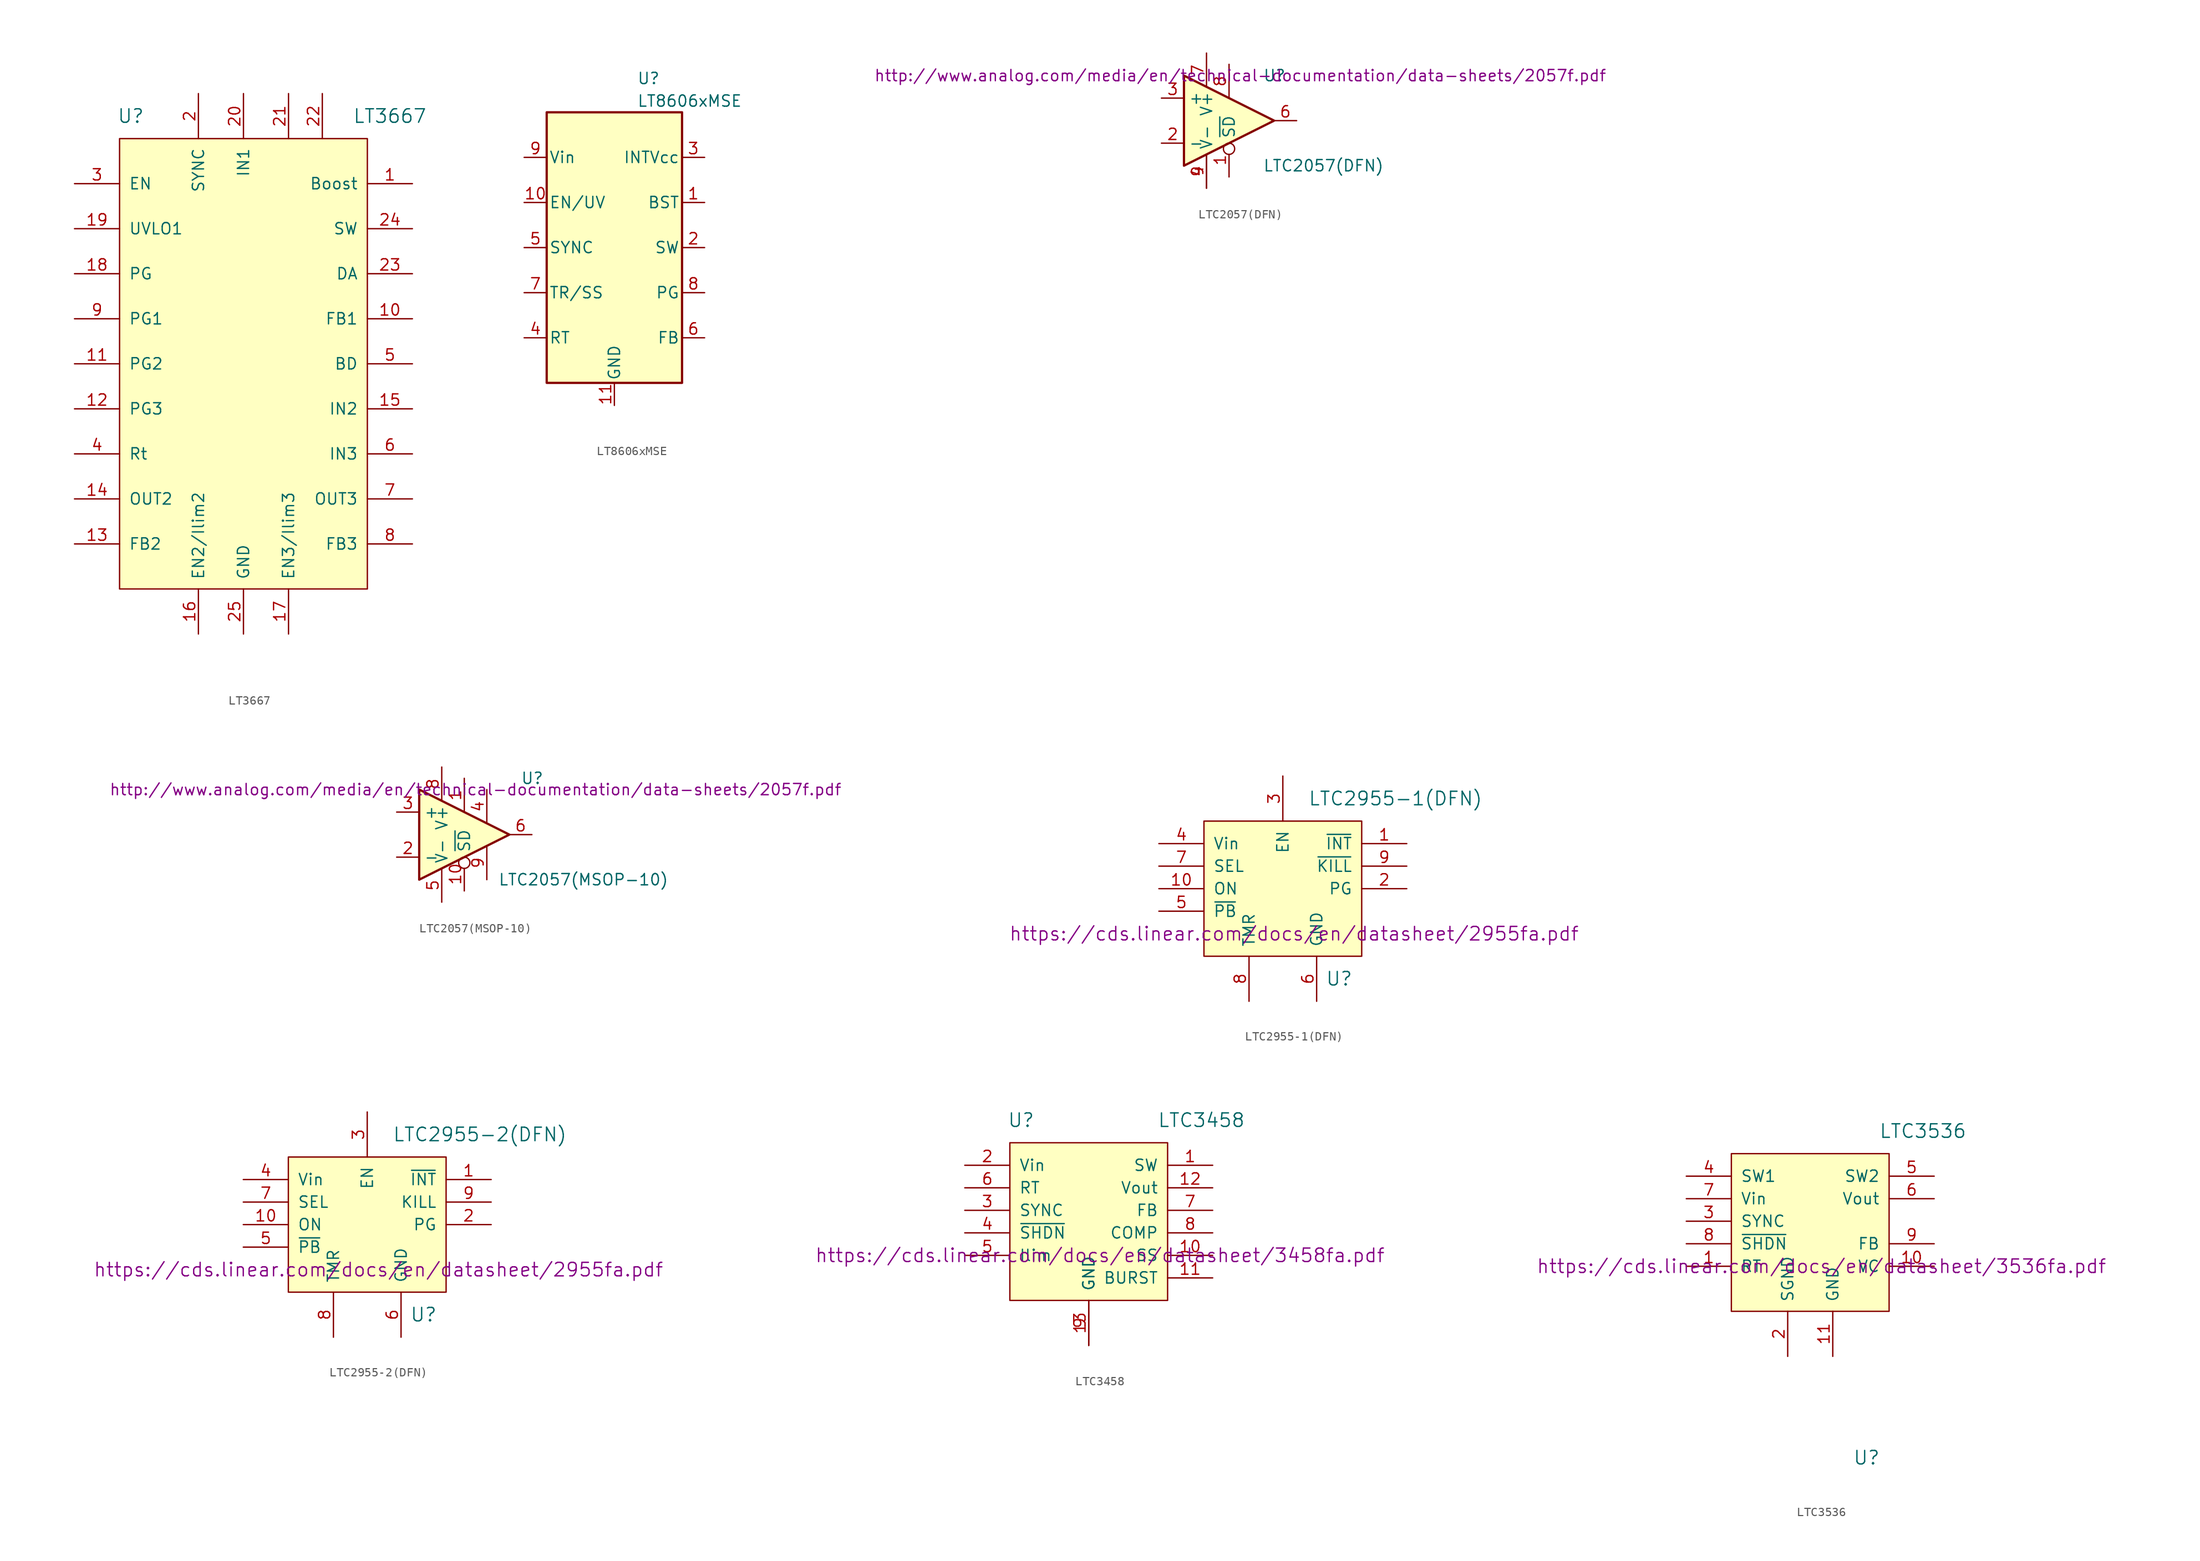
<source format=kicad_sym>
(kicad_symbol_lib
  (version 20231120)
  (generator "kicad_symbol_editor")
  (generator_version "8.0")
  (symbol "LT3667"
    (pin_names
      (offset 1.016))
    (property "Reference" "U"
      (at -12.7 27.94 0)
      (effects (font (size 1.524 1.524))))
    (property "Value" "LT3667"
      (at 16.51 27.94 0)
      (effects (font (size 1.524 1.524))))
    (symbol "LT3667_0_1"
      (rectangle (start -13.97 25.4) (end 13.97 -25.4) (stroke (width 0) (type solid)) (fill (type background))))
    (symbol "LT3667_1_1"
      (pin passive line (at 19.05 20.32 180) (length 5.08) (name "Boost" (effects (font (size 1.27 1.27)))) (number "1" (effects (font (size 1.27 1.27)))))
      (pin input line (at 19.05 5.08 180) (length 5.08) (name "FB1" (effects (font (size 1.27 1.27)))) (number "10" (effects (font (size 1.27 1.27)))))
      (pin output line (at -19.05 0 0) (length 5.08) (name "PG2" (effects (font (size 1.27 1.27)))) (number "11" (effects (font (size 1.27 1.27)))))
      (pin output line (at -19.05 -5.08 0) (length 5.08) (name "PG3" (effects (font (size 1.27 1.27)))) (number "12" (effects (font (size 1.27 1.27)))))
      (pin input line (at -19.05 -20.32 0) (length 5.08) (name "FB2" (effects (font (size 1.27 1.27)))) (number "13" (effects (font (size 1.27 1.27)))))
      (pin power_out line (at -19.05 -15.24 0) (length 5.08) (name "OUT2" (effects (font (size 1.27 1.27)))) (number "14" (effects (font (size 1.27 1.27)))))
      (pin power_in line (at 19.05 -5.08 180) (length 5.08) (name "IN2" (effects (font (size 1.27 1.27)))) (number "15" (effects (font (size 1.27 1.27)))))
      (pin input line (at -5.08 -30.48 90) (length 5.08) (name "EN2/Ilim2" (effects (font (size 1.27 1.27)))) (number "16" (effects (font (size 1.27 1.27)))))
      (pin power_in line (at 5.08 -30.48 90) (length 5.08) (name "EN3/Ilim3" (effects (font (size 1.27 1.27)))) (number "17" (effects (font (size 1.27 1.27)))))
      (pin output line (at -19.05 10.16 0) (length 5.08) (name "PG" (effects (font (size 1.27 1.27)))) (number "18" (effects (font (size 1.27 1.27)))))
      (pin input line (at -19.05 15.24 0) (length 5.08) (name "UVLO1" (effects (font (size 1.27 1.27)))) (number "19" (effects (font (size 1.27 1.27)))))
      (pin input line (at -5.08 30.48 270) (length 5.08) (name "SYNC" (effects (font (size 1.27 1.27)))) (number "2" (effects (font (size 1.27 1.27)))))
      (pin power_in line (at 0 30.48 270) (length 5.08) (name "IN1" (effects (font (size 1.27 1.27)))) (number "20" (effects (font (size 1.27 1.27)))))
      (pin passive line (at 5.08 30.48 270) (length 5.08) (name "~" (effects (font (size 1.27 1.27)))) (number "21" (effects (font (size 1.27 1.27)))))
      (pin passive line (at 8.89 30.48 270) (length 5.08) (name "~" (effects (font (size 1.27 1.27)))) (number "22" (effects (font (size 1.27 1.27)))))
      (pin passive line (at 19.05 10.16 180) (length 5.08) (name "DA" (effects (font (size 1.27 1.27)))) (number "23" (effects (font (size 1.27 1.27)))))
      (pin power_out line (at 19.05 15.24 180) (length 5.08) (name "SW" (effects (font (size 1.27 1.27)))) (number "24" (effects (font (size 1.27 1.27)))))
      (pin power_in line (at 0 -30.48 90) (length 5.08) (name "GND" (effects (font (size 1.27 1.27)))) (number "25" (effects (font (size 1.27 1.27)))))
      (pin input line (at -19.05 20.32 0) (length 5.08) (name "EN" (effects (font (size 1.27 1.27)))) (number "3" (effects (font (size 1.27 1.27)))))
      (pin input line (at -19.05 -10.16 0) (length 5.08) (name "Rt" (effects (font (size 1.27 1.27)))) (number "4" (effects (font (size 1.27 1.27)))))
      (pin passive line (at 19.05 0 180) (length 5.08) (name "BD" (effects (font (size 1.27 1.27)))) (number "5" (effects (font (size 1.27 1.27)))))
      (pin power_in line (at 19.05 -10.16 180) (length 5.08) (name "IN3" (effects (font (size 1.27 1.27)))) (number "6" (effects (font (size 1.27 1.27)))))
      (pin power_out line (at 19.05 -15.24 180) (length 5.08) (name "OUT3" (effects (font (size 1.27 1.27)))) (number "7" (effects (font (size 1.27 1.27)))))
      (pin input line (at 19.05 -20.32 180) (length 5.08) (name "FB3" (effects (font (size 1.27 1.27)))) (number "8" (effects (font (size 1.27 1.27)))))
      (pin output line (at -19.05 5.08 0) (length 5.08) (name "PG1" (effects (font (size 1.27 1.27)))) (number "9" (effects (font (size 1.27 1.27)))))))
  (symbol "LT8606xMSE"
    (pin_names
      (offset 0.254))
    (property "Reference" "U"
      (at 2.54 19.05 0)
      (effects (font (size 1.27 1.27)) (justify left)))
    (property "Value" "LT8606xMSE"
      (at 2.54 16.51 0)
      (effects (font (size 1.27 1.27)) (justify left)))
    (symbol "LT8606xMSE_0_1"
      (rectangle (start -7.62 15.24) (end 7.62 -15.24) (stroke (width 0.254) (type solid)) (fill (type background))))
    (symbol "LT8606xMSE_1_1"
      (pin passive line (at 10.16 5.08 180) (length 2.54) (name "BST" (effects (font (size 1.27 1.27)))) (number "1" (effects (font (size 1.27 1.27)))))
      (pin input line (at -10.16 5.08 0) (length 2.54) (name "EN/UV" (effects (font (size 1.27 1.27)))) (number "10" (effects (font (size 1.27 1.27)))))
      (pin power_in line (at 0 -17.78 90) (length 2.54) (name "GND" (effects (font (size 1.27 1.27)))) (number "11" (effects (font (size 1.27 1.27)))))
      (pin power_out line (at 10.16 0 180) (length 2.54) (name "SW" (effects (font (size 1.27 1.27)))) (number "2" (effects (font (size 1.27 1.27)))))
      (pin power_out line (at 10.16 10.16 180) (length 2.54) (name "INTVcc" (effects (font (size 1.27 1.27)))) (number "3" (effects (font (size 1.27 1.27)))))
      (pin passive line (at -10.16 -10.16 0) (length 2.54) (name "RT" (effects (font (size 1.27 1.27)))) (number "4" (effects (font (size 1.27 1.27)))))
      (pin input line (at -10.16 0 0) (length 2.54) (name "SYNC" (effects (font (size 1.27 1.27)))) (number "5" (effects (font (size 1.27 1.27)))))
      (pin input line (at 10.16 -10.16 180) (length 2.54) (name "FB" (effects (font (size 1.27 1.27)))) (number "6" (effects (font (size 1.27 1.27)))))
      (pin passive line (at -10.16 -5.08 0) (length 2.54) (name "TR/SS" (effects (font (size 1.27 1.27)))) (number "7" (effects (font (size 1.27 1.27)))))
      (pin open_collector line (at 10.16 -5.08 180) (length 2.54) (name "PG" (effects (font (size 1.27 1.27)))) (number "8" (effects (font (size 1.27 1.27)))))
      (pin power_in line (at -10.16 10.16 0) (length 2.54) (name "Vin" (effects (font (size 1.27 1.27)))) (number "9" (effects (font (size 1.27 1.27)))))))
  (symbol "LTC2057(DFN)"
    (property "Reference" "U"
      (at 3.81 5.08 0)
      (effects (font (size 1.27 1.27)) (justify left)))
    (property "Value" "LTC2057(DFN)"
      (at 3.81 -5.08 0)
      (effects (font (size 1.27 1.27)) (justify left)))
    (property "Datasheet" "http://www.analog.com/media/en/technical-documentation/data-sheets/2057f.pdf"
      (at 1.27 5.08 0)
      (effects (font (size 1.27 1.27))))
    (symbol "LTC2057(DFN)_0_1"
      (polyline (pts (xy -5.08 5.08) (xy 5.08 0) (xy -5.08 -5.08) (xy -5.08 5.08)) (stroke (width 0.254) (type solid)) (fill (type background)))
      (pin input inverted (at 0 -6.35 90) (length 3.81) (name "~{SD}" (effects (font (size 1.27 1.27)))) (number "1" (effects (font (size 1.27 1.27)))))
      (pin power_in line (at -2.54 -7.62 90) (length 3.81) (name "V-" (effects (font (size 1.27 1.27)))) (number "4" (effects (font (size 1.27 1.27)))))
      (pin power_in line (at -2.54 7.62 270) (length 3.81) (name "V+" (effects (font (size 1.27 1.27)))) (number "7" (effects (font (size 1.27 1.27)))))
      (pin input line (at 0 6.35 270) (length 3.81) (name "~" (effects (font (size 1.27 1.27)))) (number "8" (effects (font (size 1.27 1.27)))))
      (pin input line (at -2.54 -7.62 90) (length 3.81) (name "~" (effects (font (size 1.27 1.27)))) (number "9" (effects (font (size 1.27 1.27))))))
    (symbol "LTC2057(DFN)_1_1"
      (pin input line (at -7.62 -2.54 0) (length 2.54) (name "-" (effects (font (size 1.27 1.27)))) (number "2" (effects (font (size 1.27 1.27)))))
      (pin input line (at -7.62 2.54 0) (length 2.54) (name "+" (effects (font (size 1.27 1.27)))) (number "3" (effects (font (size 1.27 1.27)))))
      (pin output line (at 7.62 0 180) (length 2.54) (name "~" (effects (font (size 1.27 1.27)))) (number "6" (effects (font (size 1.27 1.27)))))))
  (symbol "LTC2057(MSOP-10)"
    (property "Reference" "U"
      (at 6.35 6.35 0)
      (effects (font (size 1.27 1.27)) (justify left)))
    (property "Value" "LTC2057(MSOP-10)"
      (at 3.81 -5.08 0)
      (effects (font (size 1.27 1.27)) (justify left)))
    (property "Datasheet" "http://www.analog.com/media/en/technical-documentation/data-sheets/2057f.pdf"
      (at 1.27 5.08 0)
      (effects (font (size 1.27 1.27))))
    (symbol "LTC2057(MSOP-10)_0_1"
      (polyline (pts (xy -5.08 5.08) (xy 5.08 0) (xy -5.08 -5.08) (xy -5.08 5.08)) (stroke (width 0.254) (type solid)) (fill (type background)))
      (pin input line (at 0 6.35 270) (length 3.81) (name "~" (effects (font (size 1.27 1.27)))) (number "1" (effects (font (size 1.27 1.27)))))
      (pin input inverted (at 0 -6.35 90) (length 3.81) (name "~{SD}" (effects (font (size 1.27 1.27)))) (number "10" (effects (font (size 1.27 1.27)))))
      (pin input line (at 2.54 5.08 270) (length 3.81) (name "~" (effects (font (size 1.27 1.27)))) (number "4" (effects (font (size 1.27 1.27)))))
      (pin power_in line (at -2.54 -7.62 90) (length 3.81) (name "V-" (effects (font (size 1.27 1.27)))) (number "5" (effects (font (size 1.27 1.27)))))
      (pin power_in line (at -2.54 7.62 270) (length 3.81) (name "V+" (effects (font (size 1.27 1.27)))) (number "8" (effects (font (size 1.27 1.27)))))
      (pin input line (at 2.54 -5.08 90) (length 3.81) (name "~" (effects (font (size 1.27 1.27)))) (number "9" (effects (font (size 1.27 1.27))))))
    (symbol "LTC2057(MSOP-10)_1_1"
      (pin input line (at -7.62 -2.54 0) (length 2.54) (name "-" (effects (font (size 1.27 1.27)))) (number "2" (effects (font (size 1.27 1.27)))))
      (pin input line (at -7.62 2.54 0) (length 2.54) (name "+" (effects (font (size 1.27 1.27)))) (number "3" (effects (font (size 1.27 1.27)))))
      (pin output line (at 7.62 0 180) (length 2.54) (name "~" (effects (font (size 1.27 1.27)))) (number "6" (effects (font (size 1.27 1.27)))))))
  (symbol "LTC2955-1(DFN)"
    (pin_names
      (offset 1.016))
    (property "Reference" "U"
      (at 6.35 -6.35 0)
      (effects (font (size 1.524 1.524))))
    (property "Value" "LTC2955-1(DFN)"
      (at 12.7 13.97 0)
      (effects (font (size 1.524 1.524))))
    (property "Datasheet" "https://cds.linear.com/docs/en/datasheet/2955fa.pdf"
      (at 1.27 -1.27 0)
      (effects (font (size 1.524 1.524))))
    (symbol "LTC2955-1(DFN)_0_1"
      (rectangle (start -8.89 11.43) (end 8.89 -3.81) (stroke (width 0) (type solid)) (fill (type background)))
      (pin input line (at -13.97 1.27 0) (length 5.08) (name "~{PB}" (effects (font (size 1.27 1.27)))) (number "5" (effects (font (size 1.27 1.27)))))
      (pin passive line (at -3.81 -8.89 90) (length 5.08) (name "TMR" (effects (font (size 1.27 1.27)))) (number "8" (effects (font (size 1.27 1.27))))))
    (symbol "LTC2955-1(DFN)_1_1"
      (pin output line (at 13.97 8.89 180) (length 5.08) (name "~{INT}" (effects (font (size 1.27 1.27)))) (number "1" (effects (font (size 1.27 1.27)))))
      (pin input line (at -13.97 3.81 0) (length 5.08) (name "ON" (effects (font (size 1.27 1.27)))) (number "10" (effects (font (size 1.27 1.27)))))
      (pin output line (at 13.97 3.81 180) (length 5.08) (name "PG" (effects (font (size 1.27 1.27)))) (number "2" (effects (font (size 1.27 1.27)))))
      (pin output line (at 0 16.51 270) (length 5.08) (name "EN" (effects (font (size 1.27 1.27)))) (number "3" (effects (font (size 1.27 1.27)))))
      (pin power_in line (at -13.97 8.89 0) (length 5.08) (name "Vin" (effects (font (size 1.27 1.27)))) (number "4" (effects (font (size 1.27 1.27)))))
      (pin power_in line (at 3.81 -8.89 90) (length 5.08) (name "GND" (effects (font (size 1.27 1.27)))) (number "6" (effects (font (size 1.27 1.27)))))
      (pin input line (at -13.97 6.35 0) (length 5.08) (name "SEL" (effects (font (size 1.27 1.27)))) (number "7" (effects (font (size 1.27 1.27)))))
      (pin input line (at 13.97 6.35 180) (length 5.08) (name "~{KILL}" (effects (font (size 1.27 1.27)))) (number "9" (effects (font (size 1.27 1.27)))))))
  (symbol "LTC2955-2(DFN)"
    (pin_names
      (offset 1.016))
    (property "Reference" "U"
      (at 6.35 -6.35 0)
      (effects (font (size 1.524 1.524))))
    (property "Value" "LTC2955-2(DFN)"
      (at 12.7 13.97 0)
      (effects (font (size 1.524 1.524))))
    (property "Datasheet" "https://cds.linear.com/docs/en/datasheet/2955fa.pdf"
      (at 1.27 -1.27 0)
      (effects (font (size 1.524 1.524))))
    (symbol "LTC2955-2(DFN)_0_1"
      (rectangle (start -8.89 11.43) (end 8.89 -3.81) (stroke (width 0) (type solid)) (fill (type background)))
      (pin input line (at -13.97 1.27 0) (length 5.08) (name "~{PB}" (effects (font (size 1.27 1.27)))) (number "5" (effects (font (size 1.27 1.27)))))
      (pin passive line (at -3.81 -8.89 90) (length 5.08) (name "TMR" (effects (font (size 1.27 1.27)))) (number "8" (effects (font (size 1.27 1.27))))))
    (symbol "LTC2955-2(DFN)_1_1"
      (pin output line (at 13.97 8.89 180) (length 5.08) (name "~{INT}" (effects (font (size 1.27 1.27)))) (number "1" (effects (font (size 1.27 1.27)))))
      (pin input line (at -13.97 3.81 0) (length 5.08) (name "ON" (effects (font (size 1.27 1.27)))) (number "10" (effects (font (size 1.27 1.27)))))
      (pin output line (at 13.97 3.81 180) (length 5.08) (name "PG" (effects (font (size 1.27 1.27)))) (number "2" (effects (font (size 1.27 1.27)))))
      (pin output line (at 0 16.51 270) (length 5.08) (name "EN" (effects (font (size 1.27 1.27)))) (number "3" (effects (font (size 1.27 1.27)))))
      (pin power_in line (at -13.97 8.89 0) (length 5.08) (name "Vin" (effects (font (size 1.27 1.27)))) (number "4" (effects (font (size 1.27 1.27)))))
      (pin power_in line (at 3.81 -8.89 90) (length 5.08) (name "GND" (effects (font (size 1.27 1.27)))) (number "6" (effects (font (size 1.27 1.27)))))
      (pin input line (at -13.97 6.35 0) (length 5.08) (name "SEL" (effects (font (size 1.27 1.27)))) (number "7" (effects (font (size 1.27 1.27)))))
      (pin input line (at 13.97 6.35 180) (length 5.08) (name "KILL" (effects (font (size 1.27 1.27)))) (number "9" (effects (font (size 1.27 1.27)))))))
  (symbol "LTC3458"
    (pin_names
      (offset 1.016))
    (property "Reference" "U"
      (at -7.62 13.97 0)
      (effects (font (size 1.524 1.524))))
    (property "Value" "LTC3458"
      (at 12.7 13.97 0)
      (effects (font (size 1.524 1.524))))
    (property "Datasheet" "https://cds.linear.com/docs/en/datasheet/3458fa.pdf"
      (at 1.27 -1.27 0)
      (effects (font (size 1.524 1.524))))
    (symbol "LTC3458_0_1"
      (rectangle (start -8.89 11.43) (end 8.89 -6.35) (stroke (width 0) (type solid)) (fill (type background)))
      (pin input line (at 13.97 -3.81 180) (length 5.08) (name "BURST" (effects (font (size 1.27 1.27)))) (number "11" (effects (font (size 1.27 1.27)))))
      (pin input line (at -13.97 3.81 0) (length 5.08) (name "SYNC" (effects (font (size 1.27 1.27)))) (number "3" (effects (font (size 1.27 1.27)))))
      (pin output line (at 13.97 1.27 180) (length 5.08) (name "COMP" (effects (font (size 1.27 1.27)))) (number "8" (effects (font (size 1.27 1.27))))))
    (symbol "LTC3458_1_1"
      (pin passive line (at 13.97 8.89 180) (length 5.08) (name "SW" (effects (font (size 1.27 1.27)))) (number "1" (effects (font (size 1.27 1.27)))))
      (pin passive line (at 13.97 -1.27 180) (length 5.08) (name "SS" (effects (font (size 1.27 1.27)))) (number "10" (effects (font (size 1.27 1.27)))))
      (pin power_out line (at 13.97 6.35 180) (length 5.08) (name "Vout" (effects (font (size 1.27 1.27)))) (number "12" (effects (font (size 1.27 1.27)))))
      (pin power_in line (at 0 -11.43 90) (length 5.08) (name "GND" (effects (font (size 1.27 1.27)))) (number "13" (effects (font (size 1.27 1.27)))))
      (pin power_in line (at -13.97 8.89 0) (length 5.08) (name "Vin" (effects (font (size 1.27 1.27)))) (number "2" (effects (font (size 1.27 1.27)))))
      (pin input line (at -13.97 1.27 0) (length 5.08) (name "~{SHDN}" (effects (font (size 1.27 1.27)))) (number "4" (effects (font (size 1.27 1.27)))))
      (pin input line (at -13.97 -1.27 0) (length 5.08) (name "Ilim" (effects (font (size 1.27 1.27)))) (number "5" (effects (font (size 1.27 1.27)))))
      (pin input line (at -13.97 6.35 0) (length 5.08) (name "RT" (effects (font (size 1.27 1.27)))) (number "6" (effects (font (size 1.27 1.27)))))
      (pin input line (at 13.97 3.81 180) (length 5.08) (name "FB" (effects (font (size 1.27 1.27)))) (number "7" (effects (font (size 1.27 1.27)))))
      (pin power_in line (at 0 -11.43 90) (length 5.08) (name "GND" (effects (font (size 1.27 1.27)))) (number "9" (effects (font (size 1.27 1.27)))))))
  (symbol "LTC3536"
    (pin_names
      (offset 1.016))
    (property "Reference" "U"
      (at 6.35 -22.86 0)
      (effects (font (size 1.524 1.524))))
    (property "Value" "LTC3536"
      (at 12.7 13.97 0)
      (effects (font (size 1.524 1.524))))
    (property "Datasheet" "https://cds.linear.com/docs/en/datasheet/3536fa.pdf"
      (at 1.27 -1.27 0)
      (effects (font (size 1.524 1.524))))
    (symbol "LTC3536_0_1"
      (rectangle (start -8.89 11.43) (end 8.89 -6.35) (stroke (width 0) (type solid)) (fill (type background)))
      (pin input line (at -13.97 3.81 0) (length 5.08) (name "SYNC" (effects (font (size 1.27 1.27)))) (number "3" (effects (font (size 1.27 1.27))))))
    (symbol "LTC3536_1_1"
      (pin input line (at -13.97 -1.27 0) (length 5.08) (name "RT" (effects (font (size 1.27 1.27)))) (number "1" (effects (font (size 1.27 1.27)))))
      (pin passive line (at 13.97 -1.27 180) (length 5.08) (name "VC" (effects (font (size 1.27 1.27)))) (number "10" (effects (font (size 1.27 1.27)))))
      (pin power_in line (at 2.54 -11.43 90) (length 5.08) (name "GND" (effects (font (size 1.27 1.27)))) (number "11" (effects (font (size 1.27 1.27)))))
      (pin power_in line (at -2.54 -11.43 90) (length 5.08) (name "SGND" (effects (font (size 1.27 1.27)))) (number "2" (effects (font (size 1.27 1.27)))))
      (pin passive line (at -13.97 8.89 0) (length 5.08) (name "SW1" (effects (font (size 1.27 1.27)))) (number "4" (effects (font (size 1.27 1.27)))))
      (pin passive line (at 13.97 8.89 180) (length 5.08) (name "SW2" (effects (font (size 1.27 1.27)))) (number "5" (effects (font (size 1.27 1.27)))))
      (pin power_out line (at 13.97 6.35 180) (length 5.08) (name "Vout" (effects (font (size 1.27 1.27)))) (number "6" (effects (font (size 1.27 1.27)))))
      (pin power_in line (at -13.97 6.35 0) (length 5.08) (name "Vin" (effects (font (size 1.27 1.27)))) (number "7" (effects (font (size 1.27 1.27)))))
      (pin input line (at -13.97 1.27 0) (length 5.08) (name "~{SHDN}" (effects (font (size 1.27 1.27)))) (number "8" (effects (font (size 1.27 1.27)))))
      (pin input line (at 13.97 1.27 180) (length 5.08) (name "FB" (effects (font (size 1.27 1.27)))) (number "9" (effects (font (size 1.27 1.27))))))))
</source>
